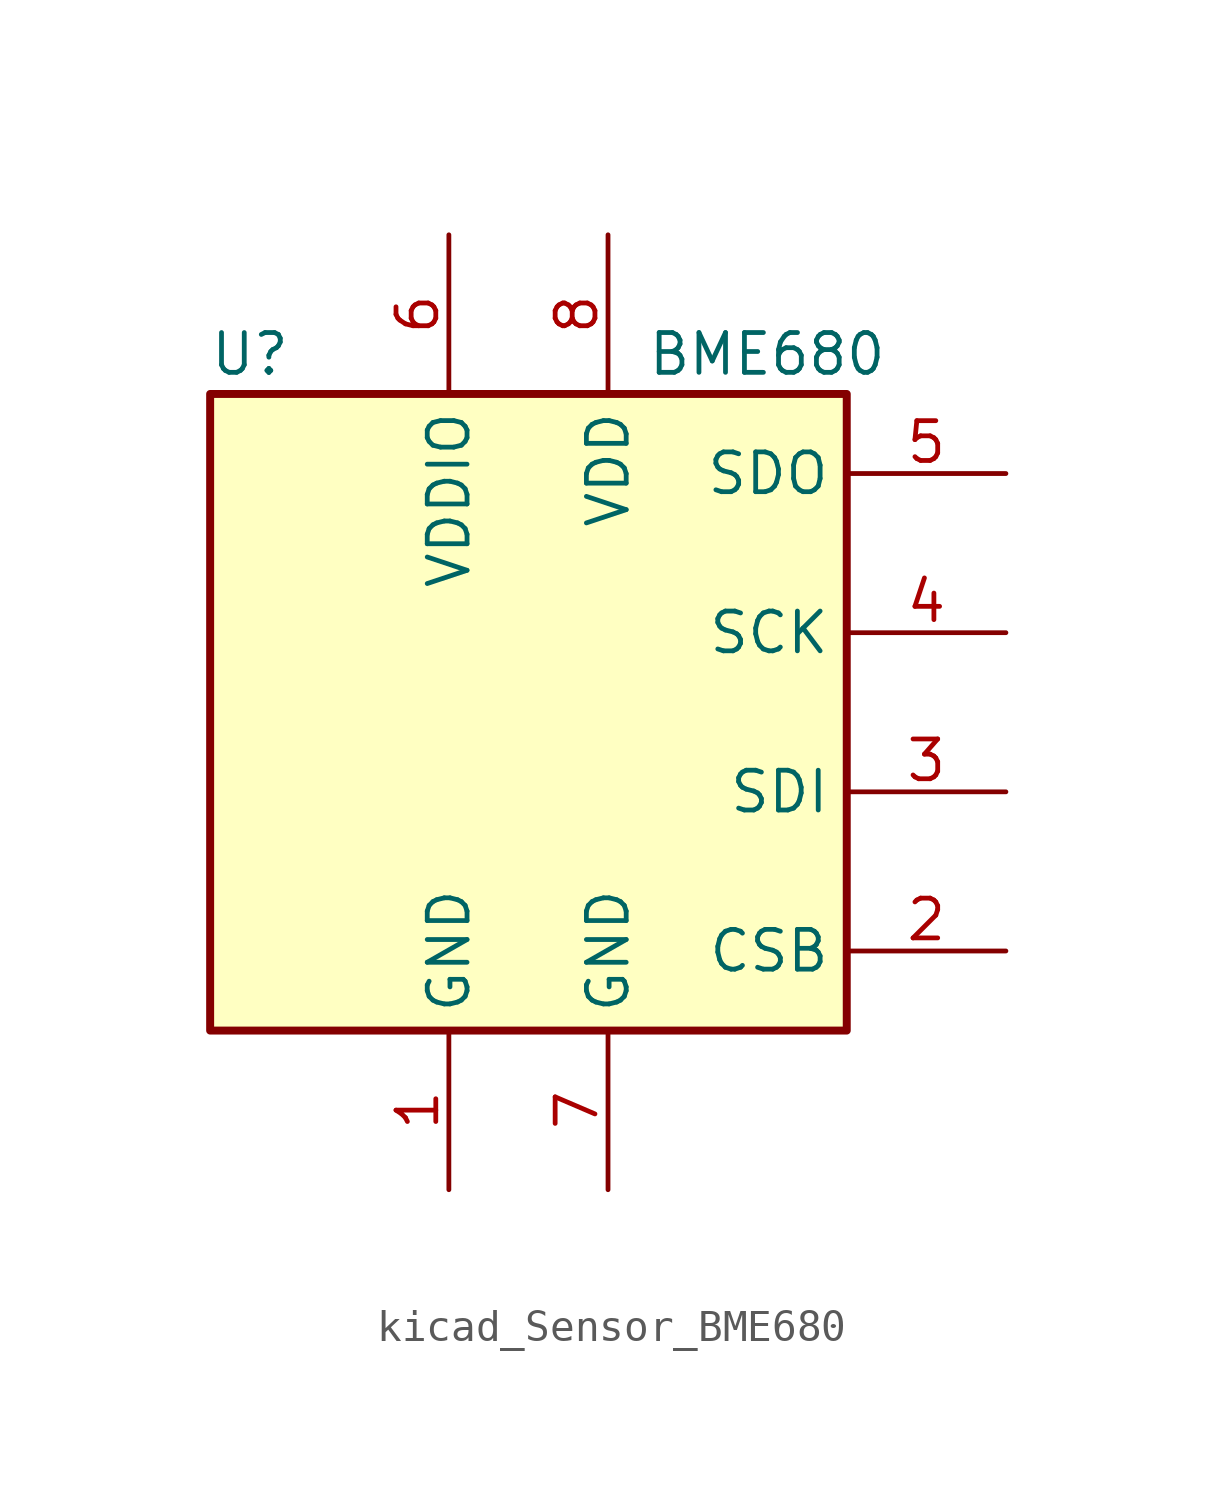
<source format=kicad_sym>
(kicad_symbol_lib
  (version 20220914)
  (generator kicad_symbol_editor)
  (symbol "kicad_Sensor_BME680"
    (property "Reference" "U"
      (at -8.89 11.43 0)
      (effects (font (size 1.27 1.27))))
    (property "Value" "BME680"
      (at 7.62 11.43 0)
      (effects (font (size 1.27 1.27))))
    (symbol "kicad_Sensor_BME680_0_1"
      (rectangle (start -10.16 10.16) (end 10.16 -10.16) (stroke (width 0.254) (type default)) (fill (type background))))
    (symbol "kicad_Sensor_BME680_1_1"
      (pin power_in line (at -2.54 -15.24 90) (length 5.08) (name "GND" (effects (font (size 1.27 1.27)))) (number "1" (effects (font (size 1.27 1.27)))))
      (pin input line (at 15.24 -7.62 180) (length 5.08) (name "CSB" (effects (font (size 1.27 1.27)))) (number "2" (effects (font (size 1.27 1.27)))))
      (pin bidirectional line (at 15.24 -2.54 180) (length 5.08) (name "SDI" (effects (font (size 1.27 1.27)))) (number "3" (effects (font (size 1.27 1.27)))))
      (pin input line (at 15.24 2.54 180) (length 5.08) (name "SCK" (effects (font (size 1.27 1.27)))) (number "4" (effects (font (size 1.27 1.27)))))
      (pin bidirectional line (at 15.24 7.62 180) (length 5.08) (name "SDO" (effects (font (size 1.27 1.27)))) (number "5" (effects (font (size 1.27 1.27)))))
      (pin power_in line (at -2.54 15.24 270) (length 5.08) (name "VDDIO" (effects (font (size 1.27 1.27)))) (number "6" (effects (font (size 1.27 1.27)))))
      (pin power_in line (at 2.54 -15.24 90) (length 5.08) (name "GND" (effects (font (size 1.27 1.27)))) (number "7" (effects (font (size 1.27 1.27)))))
      (pin power_in line (at 2.54 15.24 270) (length 5.08) (name "VDD" (effects (font (size 1.27 1.27)))) (number "8" (effects (font (size 1.27 1.27))))))))
</source>
